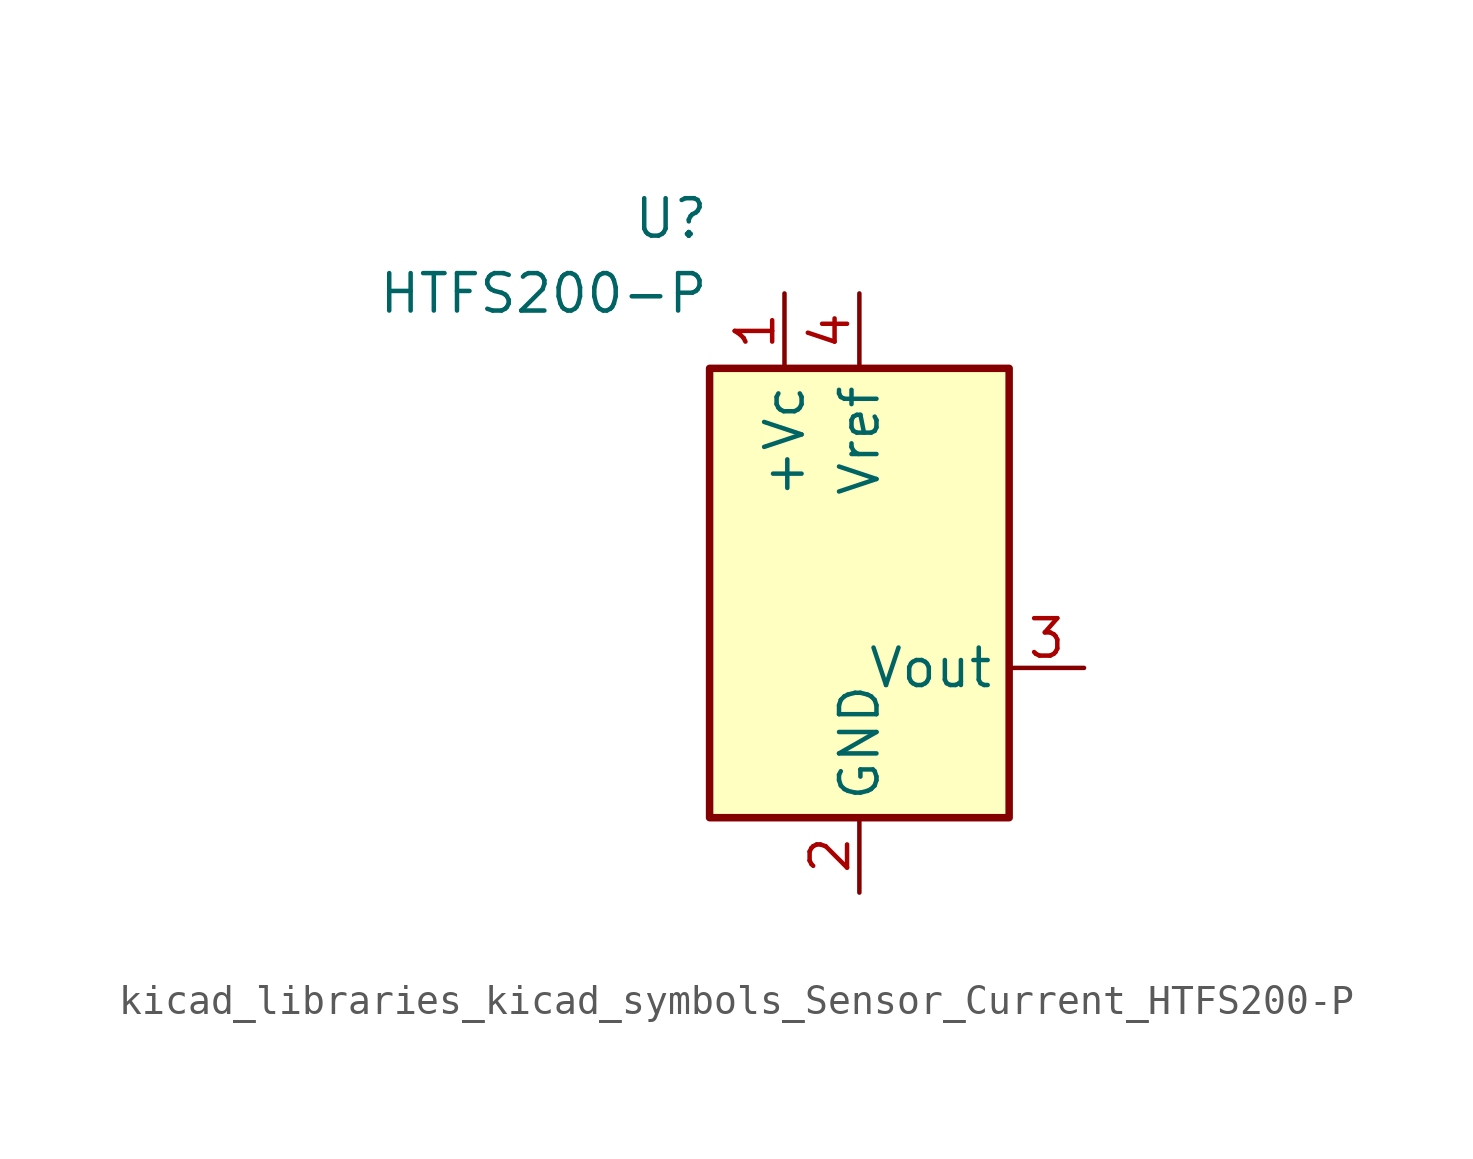
<source format=kicad_sym>
(kicad_symbol_lib
  (version 20220914)
  (generator kicad_symbol_editor)
  (symbol "kicad_libraries_kicad_symbols_Sensor_Current_HTFS200-P"
    (property "Reference" "U"
      (at 0 12.7 0)
      (effects (font (size 1.27 1.27)) (justify right)))
    (property "Value" "HTFS200-P"
      (at 0 10.16 0)
      (effects (font (size 1.27 1.27)) (justify right)))
    (symbol "kicad_libraries_kicad_symbols_Sensor_Current_HTFS200-P_0_1"
      (rectangle (start 0 7.62) (end 10.16 -7.62) (stroke (width 0.254) (type default)) (fill (type background))))
    (symbol "kicad_libraries_kicad_symbols_Sensor_Current_HTFS200-P_1_1"
      (pin power_in line (at 2.54 10.16 270) (length 2.54) (name "+Vc" (effects (font (size 1.27 1.27)))) (number "1" (effects (font (size 1.27 1.27)))))
      (pin power_in line (at 5.08 -10.16 90) (length 2.54) (name "GND" (effects (font (size 1.27 1.27)))) (number "2" (effects (font (size 1.27 1.27)))))
      (pin output line (at 12.7 -2.54 180) (length 2.54) (name "Vout" (effects (font (size 1.27 1.27)))) (number "3" (effects (font (size 1.27 1.27)))))
      (pin passive line (at 5.08 10.16 270) (length 2.54) (name "Vref" (effects (font (size 1.27 1.27)))) (number "4" (effects (font (size 1.27 1.27))))))))
</source>
